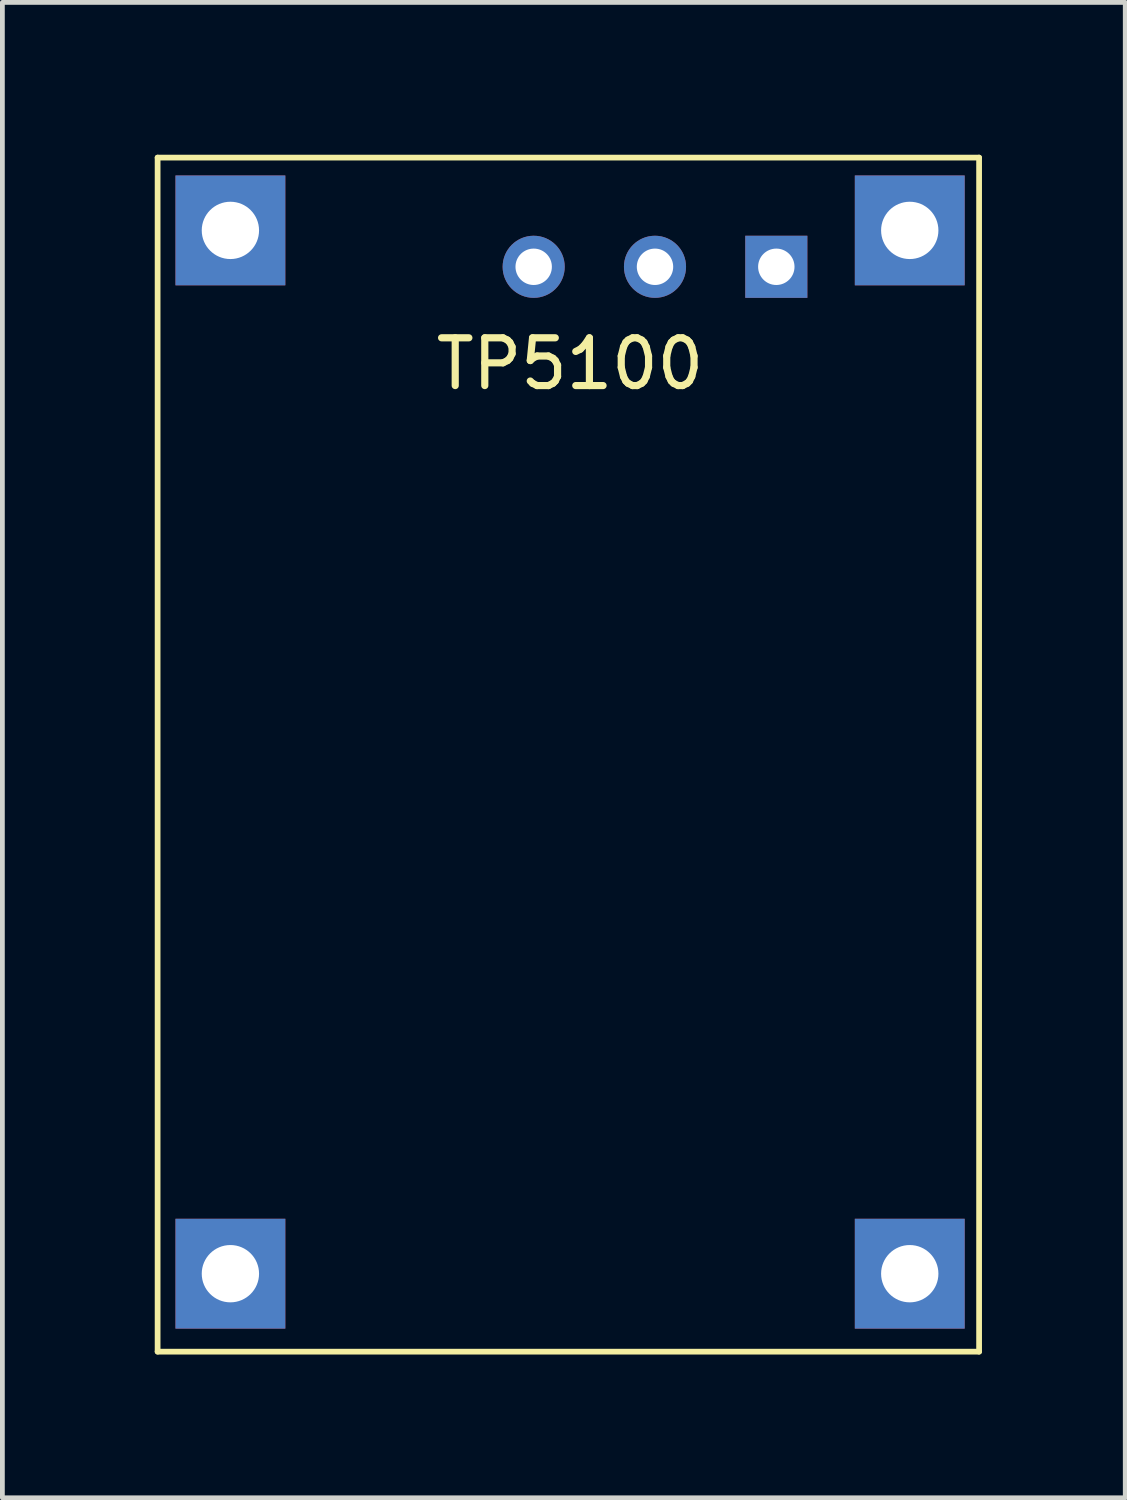
<source format=kicad_pcb>
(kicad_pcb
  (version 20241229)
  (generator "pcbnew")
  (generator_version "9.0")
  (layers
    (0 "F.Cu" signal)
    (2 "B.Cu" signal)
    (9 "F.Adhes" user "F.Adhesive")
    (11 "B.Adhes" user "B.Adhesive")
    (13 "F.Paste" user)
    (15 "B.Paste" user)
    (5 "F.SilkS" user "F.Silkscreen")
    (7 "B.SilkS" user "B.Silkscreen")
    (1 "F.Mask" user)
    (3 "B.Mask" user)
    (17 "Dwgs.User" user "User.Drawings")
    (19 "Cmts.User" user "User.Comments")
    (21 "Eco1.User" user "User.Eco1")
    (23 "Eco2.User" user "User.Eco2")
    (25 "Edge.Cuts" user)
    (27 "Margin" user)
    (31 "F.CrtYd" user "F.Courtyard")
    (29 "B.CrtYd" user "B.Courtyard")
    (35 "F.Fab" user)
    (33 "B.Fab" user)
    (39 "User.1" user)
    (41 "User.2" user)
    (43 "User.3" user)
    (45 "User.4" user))
  (footprint "TP5100"
    (layer "F.Cu")
    (at 0.25 0.25)
    (property "Reference" "TP5100" (at 8.636 4.318 0) (layer "F.SilkS") (effects (font (size 1 1) (thickness 0.15))))
    (attr through_hole)
    (fp_line (start 0 0) (end 17.2 0) (stroke (width 0.12) (type solid)) (layer "F.SilkS"))
    (fp_line (start 0 25) (end 0 0) (stroke (width 0.12) (type solid)) (layer "F.SilkS"))
    (fp_line (start 17.2 0) (end 17.2 25) (stroke (width 0.12) (type solid)) (layer "F.SilkS"))
    (fp_line (start 17.2 25) (end 0 25) (stroke (width 0.12) (type solid)) (layer "F.SilkS"))
    (pad "1" thru_hole rect (at 1.524 1.524) (size 2.3 2.3) (drill 1.2) (layers "*.Cu" "*.Mask"))
    (pad "2" thru_hole rect (at 15.748 1.524) (size 2.3 2.3) (drill 1.2) (layers "*.Cu" "*.Mask"))
    (pad "3" thru_hole rect (at 1.524 23.368) (size 2.3 2.3) (drill 1.2) (layers "*.Cu" "*.Mask"))
    (pad "4" thru_hole rect (at 15.748 23.368) (size 2.3 2.3) (drill 1.2) (layers "*.Cu" "*.Mask"))
    (pad "5" thru_hole circle (at 7.874 2.286) (size 1.3 1.3) (drill 0.762) (layers "*.Cu" "*.Mask"))
    (pad "6" thru_hole rect (at 12.954 2.286) (size 1.3 1.3) (drill 0.762) (layers "*.Cu" "*.Mask"))
    (pad "7" thru_hole circle (at 10.414 2.286 90) (size 1.3 1.3) (drill 0.762) (layers "*.Cu" "*.Mask")))
  (gr_rect
    (start -3 -3)
    (end 20.51 28.31)
    (stroke (width 0.1) (type default))
    (fill no)
    (layer "Edge.Cuts")))
</source>
